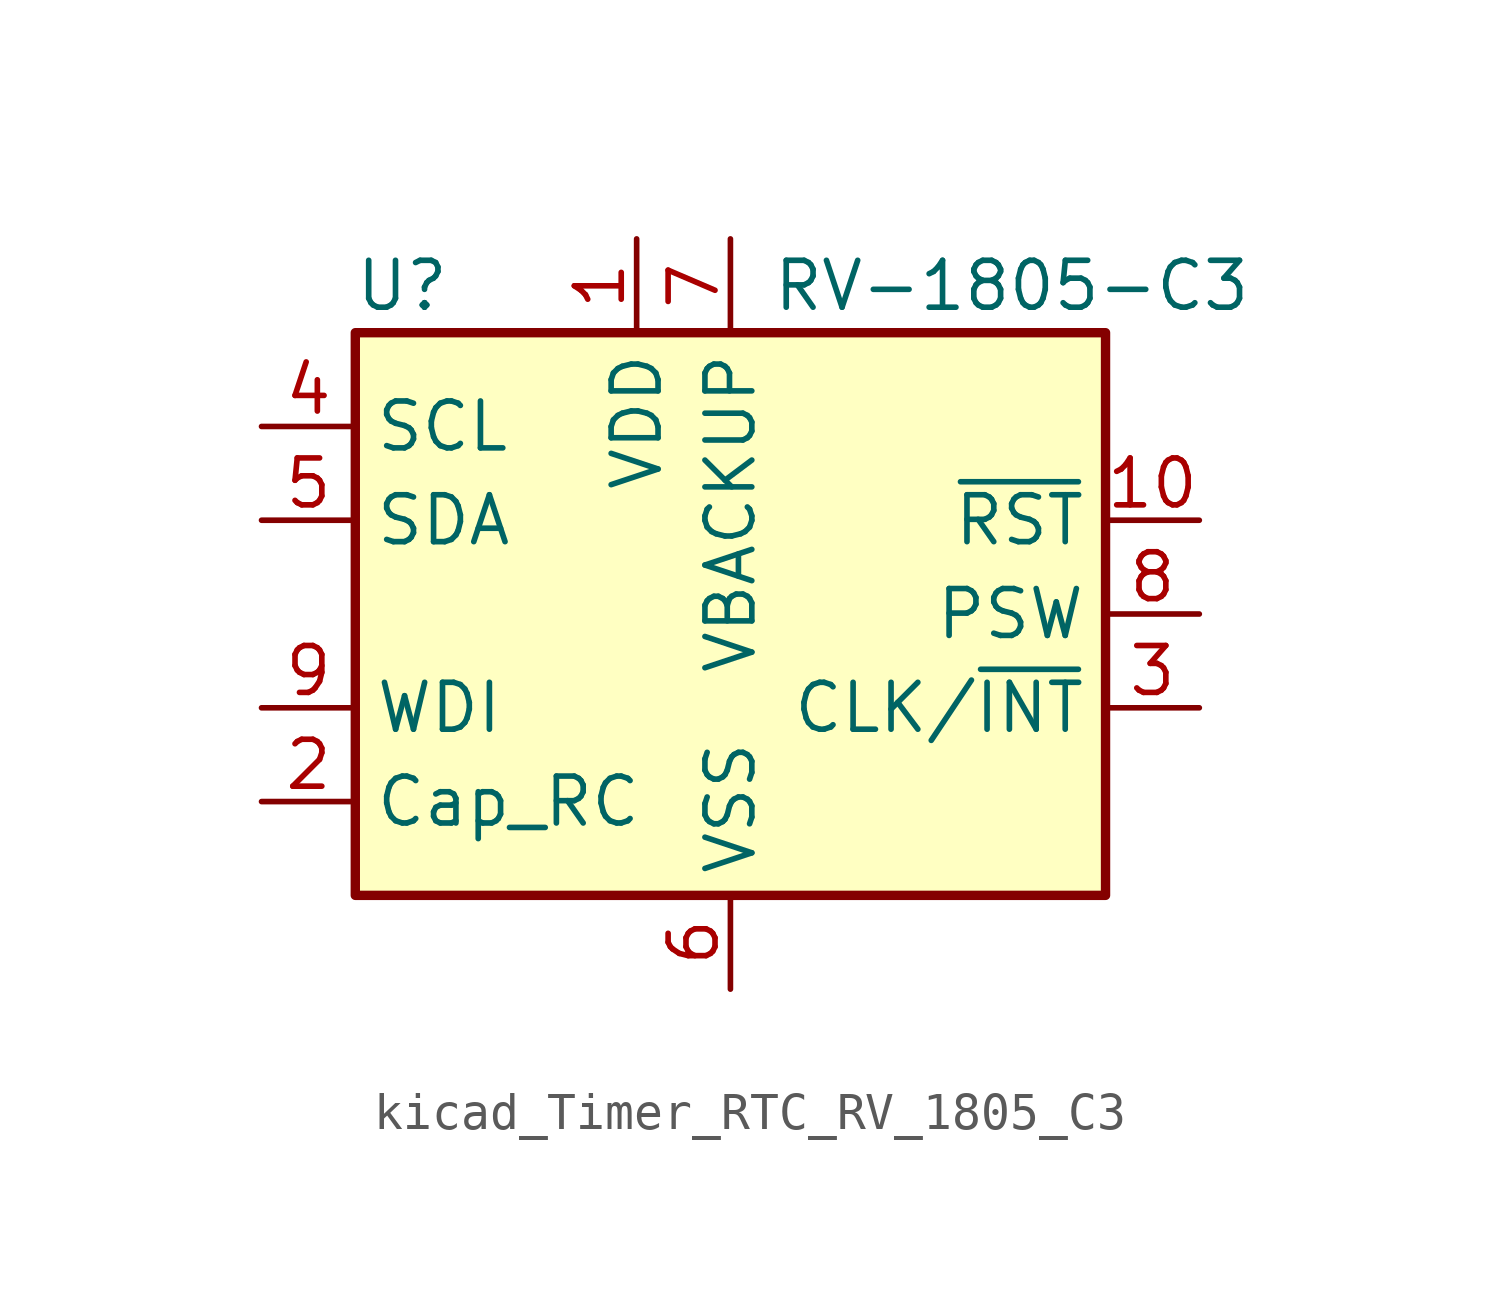
<source format=kicad_sym>
(kicad_symbol_lib
  (version 20220914)
  (generator kicad_symbol_editor)
  (symbol "kicad_Timer_RTC_RV_1805_C3"
    (property "Reference" "U"
      (at -8.89 8.89 0)
      (effects (font (size 1.27 1.27))))
    (property "Value" "RV-1805-C3"
      (at 7.62 8.89 0)
      (effects (font (size 1.27 1.27))))
    (symbol "kicad_Timer_RTC_RV_1805_C3_0_1"
      (rectangle (start 10.16 7.62) (end -10.16 -7.62) (stroke (width 0.254) (type default)) (fill (type background))))
    (symbol "kicad_Timer_RTC_RV_1805_C3_1_1"
      (pin power_in line (at -2.54 10.16 270) (length 2.54) (name "VDD" (effects (font (size 1.27 1.27)))) (number "1" (effects (font (size 1.27 1.27)))))
      (pin open_collector line (at 12.7 2.54 180) (length 2.54) (name "~{RST}" (effects (font (size 1.27 1.27)))) (number "10" (effects (font (size 1.27 1.27)))))
      (pin passive line (at -12.7 -5.08 0) (length 2.54) (name "Cap_RC" (effects (font (size 1.27 1.27)))) (number "2" (effects (font (size 1.27 1.27)))))
      (pin open_collector line (at 12.7 -2.54 180) (length 2.54) (name "CLK/~{INT}" (effects (font (size 1.27 1.27)))) (number "3" (effects (font (size 1.27 1.27)))))
      (pin input line (at -12.7 5.08 0) (length 2.54) (name "SCL" (effects (font (size 1.27 1.27)))) (number "4" (effects (font (size 1.27 1.27)))))
      (pin bidirectional line (at -12.7 2.54 0) (length 2.54) (name "SDA" (effects (font (size 1.27 1.27)))) (number "5" (effects (font (size 1.27 1.27)))))
      (pin power_in line (at 0 -10.16 90) (length 2.54) (name "VSS" (effects (font (size 1.27 1.27)))) (number "6" (effects (font (size 1.27 1.27)))))
      (pin power_in line (at 0 10.16 270) (length 2.54) (name "VBACKUP" (effects (font (size 1.27 1.27)))) (number "7" (effects (font (size 1.27 1.27)))))
      (pin open_collector line (at 12.7 0 180) (length 2.54) (name "PSW" (effects (font (size 1.27 1.27)))) (number "8" (effects (font (size 1.27 1.27)))))
      (pin input line (at -12.7 -2.54 0) (length 2.54) (name "WDI" (effects (font (size 1.27 1.27)))) (number "9" (effects (font (size 1.27 1.27))))))))
</source>
